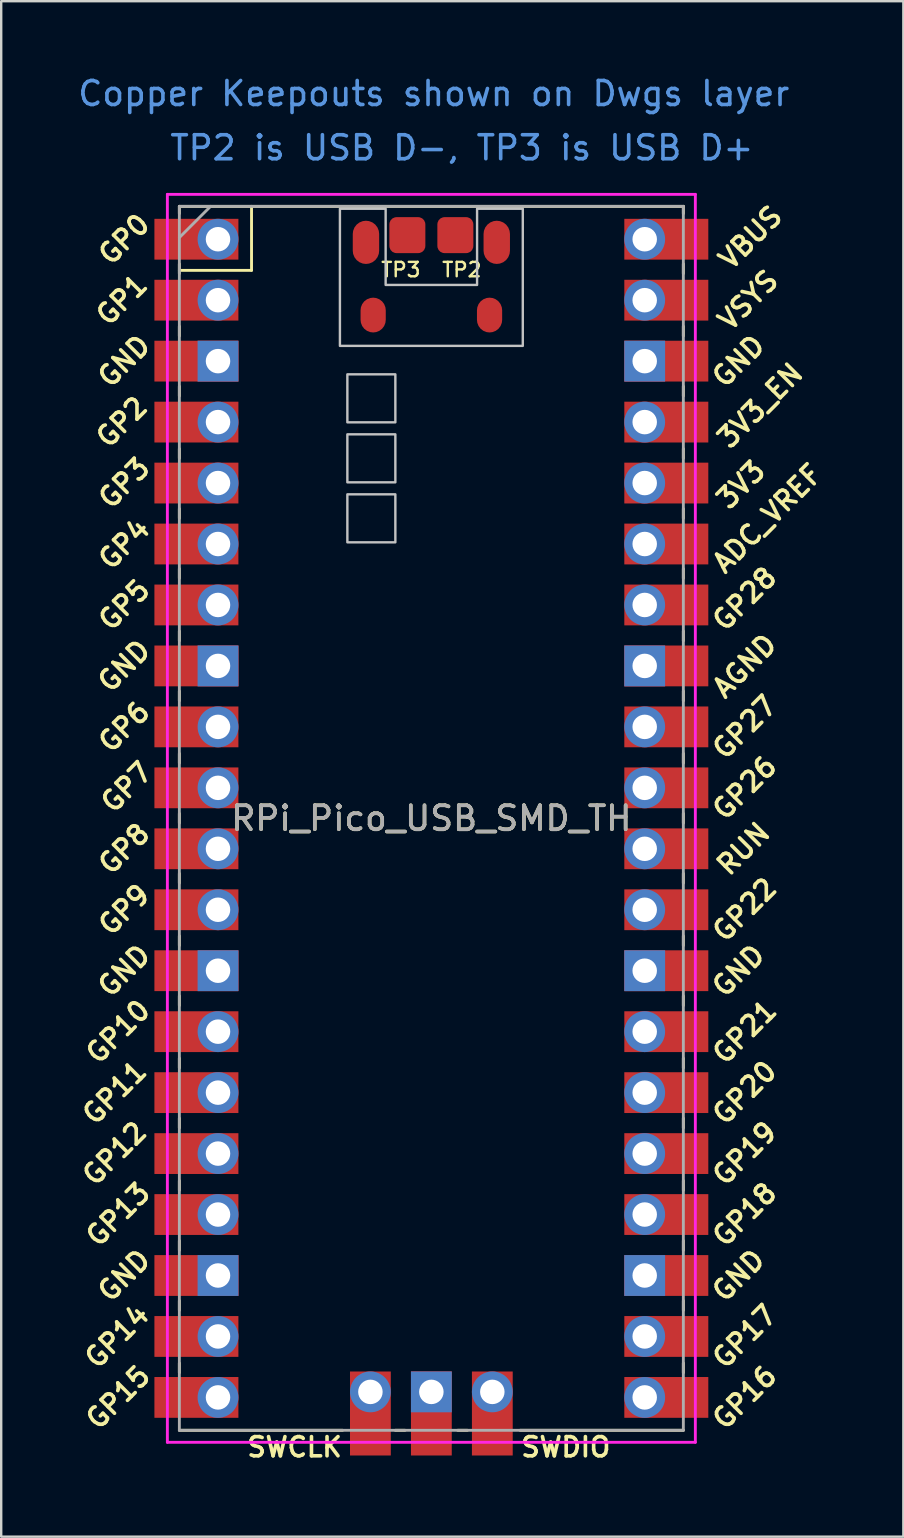
<source format=kicad_pcb>
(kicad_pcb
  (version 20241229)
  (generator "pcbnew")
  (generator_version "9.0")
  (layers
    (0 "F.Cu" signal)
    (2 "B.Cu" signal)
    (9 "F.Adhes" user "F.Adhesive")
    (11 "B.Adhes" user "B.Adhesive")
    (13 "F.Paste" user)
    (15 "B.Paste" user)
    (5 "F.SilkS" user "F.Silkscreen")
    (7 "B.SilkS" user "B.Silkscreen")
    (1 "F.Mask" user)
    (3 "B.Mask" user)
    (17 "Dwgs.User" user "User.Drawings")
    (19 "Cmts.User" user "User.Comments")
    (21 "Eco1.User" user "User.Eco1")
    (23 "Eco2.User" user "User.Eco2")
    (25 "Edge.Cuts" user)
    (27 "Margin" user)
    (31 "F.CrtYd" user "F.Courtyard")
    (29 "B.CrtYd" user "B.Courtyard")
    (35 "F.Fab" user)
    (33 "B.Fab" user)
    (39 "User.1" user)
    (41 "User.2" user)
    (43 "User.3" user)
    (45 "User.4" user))
  (footprint "RPi_Pico_USB_SMD_TH"
    (layer "F.Cu")
    (at 14.924 31.048)
    (property "Reference" "RPi_Pico_USB_SMD_TH" (at 0 0 0) (layer "F.SilkS") (effects (font (size 1 1) (thickness 0.15))))
    (attr through_hole)
    (fp_line (start -10.5 -25.5) (end -10.5 -25.2) (stroke (width 0.12) (type solid)) (layer "F.SilkS"))
    (fp_line (start -10.5 -25.5) (end 10.5 -25.5) (stroke (width 0.12) (type solid)) (layer "F.SilkS"))
    (fp_line (start -10.5 -23.1) (end -10.5 -22.7) (stroke (width 0.12) (type solid)) (layer "F.SilkS"))
    (fp_line (start -10.5 -22.833) (end -7.493 -22.833) (stroke (width 0.12) (type solid)) (layer "F.SilkS"))
    (fp_line (start -10.5 -20.5) (end -10.5 -20.1) (stroke (width 0.12) (type solid)) (layer "F.SilkS"))
    (fp_line (start -10.5 -18) (end -10.5 -17.6) (stroke (width 0.12) (type solid)) (layer "F.SilkS"))
    (fp_line (start -10.5 -15.4) (end -10.5 -15) (stroke (width 0.12) (type solid)) (layer "F.SilkS"))
    (fp_line (start -10.5 -12.9) (end -10.5 -12.5) (stroke (width 0.12) (type solid)) (layer "F.SilkS"))
    (fp_line (start -10.5 -10.4) (end -10.5 -10) (stroke (width 0.12) (type solid)) (layer "F.SilkS"))
    (fp_line (start -10.5 -7.8) (end -10.5 -7.4) (stroke (width 0.12) (type solid)) (layer "F.SilkS"))
    (fp_line (start -10.5 -5.3) (end -10.5 -4.9) (stroke (width 0.12) (type solid)) (layer "F.SilkS"))
    (fp_line (start -10.5 -2.7) (end -10.5 -2.3) (stroke (width 0.12) (type solid)) (layer "F.SilkS"))
    (fp_line (start -10.5 -0.2) (end -10.5 0.2) (stroke (width 0.12) (type solid)) (layer "F.SilkS"))
    (fp_line (start -10.5 2.3) (end -10.5 2.7) (stroke (width 0.12) (type solid)) (layer "F.SilkS"))
    (fp_line (start -10.5 4.9) (end -10.5 5.3) (stroke (width 0.12) (type solid)) (layer "F.SilkS"))
    (fp_line (start -10.5 7.4) (end -10.5 7.8) (stroke (width 0.12) (type solid)) (layer "F.SilkS"))
    (fp_line (start -10.5 10) (end -10.5 10.4) (stroke (width 0.12) (type solid)) (layer "F.SilkS"))
    (fp_line (start -10.5 12.5) (end -10.5 12.9) (stroke (width 0.12) (type solid)) (layer "F.SilkS"))
    (fp_line (start -10.5 15.1) (end -10.5 15.5) (stroke (width 0.12) (type solid)) (layer "F.SilkS"))
    (fp_line (start -10.5 17.6) (end -10.5 18) (stroke (width 0.12) (type solid)) (layer "F.SilkS"))
    (fp_line (start -10.5 20.1) (end -10.5 20.5) (stroke (width 0.12) (type solid)) (layer "F.SilkS"))
    (fp_line (start -10.5 22.7) (end -10.5 23.1) (stroke (width 0.12) (type solid)) (layer "F.SilkS"))
    (fp_line (start -7.493 -22.833) (end -7.493 -25.5) (stroke (width 0.12) (type solid)) (layer "F.SilkS"))
    (fp_line (start -3.7 25.5) (end -10.5 25.5) (stroke (width 0.12) (type solid)) (layer "F.SilkS"))
    (fp_line (start -1.5 25.5) (end -1.1 25.5) (stroke (width 0.12) (type solid)) (layer "F.SilkS"))
    (fp_line (start 1.1 25.5) (end 1.5 25.5) (stroke (width 0.12) (type solid)) (layer "F.SilkS"))
    (fp_line (start 10.5 -25.5) (end 10.5 -25.2) (stroke (width 0.12) (type solid)) (layer "F.SilkS"))
    (fp_line (start 10.5 -23.1) (end 10.5 -22.7) (stroke (width 0.12) (type solid)) (layer "F.SilkS"))
    (fp_line (start 10.5 -20.5) (end 10.5 -20.1) (stroke (width 0.12) (type solid)) (layer "F.SilkS"))
    (fp_line (start 10.5 -18) (end 10.5 -17.6) (stroke (width 0.12) (type solid)) (layer "F.SilkS"))
    (fp_line (start 10.5 -15.4) (end 10.5 -15) (stroke (width 0.12) (type solid)) (layer "F.SilkS"))
    (fp_line (start 10.5 -12.9) (end 10.5 -12.5) (stroke (width 0.12) (type solid)) (layer "F.SilkS"))
    (fp_line (start 10.5 -10.4) (end 10.5 -10) (stroke (width 0.12) (type solid)) (layer "F.SilkS"))
    (fp_line (start 10.5 -7.8) (end 10.5 -7.4) (stroke (width 0.12) (type solid)) (layer "F.SilkS"))
    (fp_line (start 10.5 -5.3) (end 10.5 -4.9) (stroke (width 0.12) (type solid)) (layer "F.SilkS"))
    (fp_line (start 10.5 -2.7) (end 10.5 -2.3) (stroke (width 0.12) (type solid)) (layer "F.SilkS"))
    (fp_line (start 10.5 -0.2) (end 10.5 0.2) (stroke (width 0.12) (type solid)) (layer "F.SilkS"))
    (fp_line (start 10.5 2.3) (end 10.5 2.7) (stroke (width 0.12) (type solid)) (layer "F.SilkS"))
    (fp_line (start 10.5 4.9) (end 10.5 5.3) (stroke (width 0.12) (type solid)) (layer "F.SilkS"))
    (fp_line (start 10.5 7.4) (end 10.5 7.8) (stroke (width 0.12) (type solid)) (layer "F.SilkS"))
    (fp_line (start 10.5 10) (end 10.5 10.4) (stroke (width 0.12) (type solid)) (layer "F.SilkS"))
    (fp_line (start 10.5 12.5) (end 10.5 12.9) (stroke (width 0.12) (type solid)) (layer "F.SilkS"))
    (fp_line (start 10.5 15.1) (end 10.5 15.5) (stroke (width 0.12) (type solid)) (layer "F.SilkS"))
    (fp_line (start 10.5 17.6) (end 10.5 18) (stroke (width 0.12) (type solid)) (layer "F.SilkS"))
    (fp_line (start 10.5 20.1) (end 10.5 20.5) (stroke (width 0.12) (type solid)) (layer "F.SilkS"))
    (fp_line (start 10.5 22.7) (end 10.5 23.1) (stroke (width 0.12) (type solid)) (layer "F.SilkS"))
    (fp_line (start 10.5 25.5) (end 3.7 25.5) (stroke (width 0.12) (type solid)) (layer "F.SilkS"))
    (fp_poly (pts (xy -1.5 -16.5) (xy -3.5 -16.5) (xy -3.5 -18.5) (xy -1.5 -18.5)) (stroke (width 0.1) (type solid)) (fill no) (layer "Dwgs.User"))
    (fp_poly (pts (xy -1.5 -14) (xy -3.5 -14) (xy -3.5 -16) (xy -1.5 -16)) (stroke (width 0.1) (type solid)) (fill no) (layer "Dwgs.User"))
    (fp_poly (pts (xy -1.5 -11.5) (xy -3.5 -11.5) (xy -3.5 -13.5) (xy -1.5 -13.5)) (stroke (width 0.1) (type solid)) (fill no) (layer "Dwgs.User"))
    (fp_poly (pts (xy -1.905 -22.225) (xy 1.905 -22.225) (xy 1.905 -25.4) (xy 3.81 -25.4) (xy 3.81 -19.685) (xy -3.81 -19.685) (xy -3.81 -25.4) (xy -1.905 -25.4)) (stroke (width 0.1) (type solid)) (fill no) (layer "Dwgs.User"))
    (fp_line (start -11 -26) (end 11 -26) (stroke (width 0.12) (type solid)) (layer "F.CrtYd"))
    (fp_line (start -11 26) (end -11 -26) (stroke (width 0.12) (type solid)) (layer "F.CrtYd"))
    (fp_line (start 11 -26) (end 11 26) (stroke (width 0.12) (type solid)) (layer "F.CrtYd"))
    (fp_line (start 11 26) (end -11 26) (stroke (width 0.12) (type solid)) (layer "F.CrtYd"))
    (fp_line (start -10.5 -25.5) (end 10.5 -25.5) (stroke (width 0.12) (type solid)) (layer "F.Fab"))
    (fp_line (start -10.5 -24.2) (end -9.2 -25.5) (stroke (width 0.12) (type solid)) (layer "F.Fab"))
    (fp_line (start -10.5 25.5) (end -10.5 -25.5) (stroke (width 0.12) (type solid)) (layer "F.Fab"))
    (fp_line (start 10.5 -25.5) (end 10.5 25.5) (stroke (width 0.12) (type solid)) (layer "F.Fab"))
    (fp_line (start 10.5 25.5) (end -10.5 25.5) (stroke (width 0.12) (type solid)) (layer "F.Fab"))
    (fp_text user "GP16" (at 13.054 24.13 45) (layer "F.SilkS") (effects (font (size 0.8 0.8) (thickness 0.15))))
    (fp_text user "GND" (at 12.8 19.05 45) (layer "F.SilkS") (effects (font (size 0.8 0.8) (thickness 0.15))))
    (fp_text user "GP17" (at 13.054 21.59 45) (layer "F.SilkS") (effects (font (size 0.8 0.8) (thickness 0.15))))
    (fp_text user "GP7" (at -12.7 -1.3 45) (layer "F.SilkS") (effects (font (size 0.8 0.8) (thickness 0.15))))
    (fp_text user "GP18" (at 13.054 16.51 45) (layer "F.SilkS") (effects (font (size 0.8 0.8) (thickness 0.15))))
    (fp_text user "3V3_EN" (at 13.7 -17.2 45) (layer "F.SilkS") (effects (font (size 0.8 0.8) (thickness 0.15))))
    (fp_text user "3V3" (at 12.9 -13.9 45) (layer "F.SilkS") (effects (font (size 0.8 0.8) (thickness 0.15))))
    (fp_text user "GND" (at -12.8 -19.05 45) (layer "F.SilkS") (effects (font (size 0.8 0.8) (thickness 0.15))))
    (fp_text user "GP22" (at 13.054 3.81 45) (layer "F.SilkS") (effects (font (size 0.8 0.8) (thickness 0.15))))
    (fp_text user "GP5" (at -12.8 -8.89 45) (layer "F.SilkS") (effects (font (size 0.8 0.8) (thickness 0.15))))
    (fp_text user "GP20" (at 13.054 11.43 45) (layer "F.SilkS") (effects (font (size 0.8 0.8) (thickness 0.15))))
    (fp_text user "SWCLK" (at -5.7 26.2 0) (layer "F.SilkS") (effects (font (size 0.8 0.8) (thickness 0.15))))
    (fp_text user "GP4" (at -12.8 -11.43 45) (layer "F.SilkS") (effects (font (size 0.8 0.8) (thickness 0.15))))
    (fp_text user "GP2" (at -12.9 -16.51 45) (layer "F.SilkS") (effects (font (size 0.8 0.8) (thickness 0.15))))
    (fp_text user "RUN" (at 13 1.27 45) (layer "F.SilkS") (effects (font (size 0.8 0.8) (thickness 0.15))))
    (fp_text user "TP2" (at 1.27 -22.86 0) (layer "F.SilkS") (effects (font (size 0.6 0.6) (thickness 0.1))))
    (fp_text user "GP1" (at -12.9 -21.6 45) (layer "F.SilkS") (effects (font (size 0.8 0.8) (thickness 0.15))))
    (fp_text user "GP12" (at -13.2 13.97 45) (layer "F.SilkS") (effects (font (size 0.8 0.8) (thickness 0.15))))
    (fp_text user "GP10" (at -13.054 8.89 45) (layer "F.SilkS") (effects (font (size 0.8 0.8) (thickness 0.15))))
    (fp_text user "GP14" (at -13.1 21.59 45) (layer "F.SilkS") (effects (font (size 0.8 0.8) (thickness 0.15))))
    (fp_text user "GP15" (at -13.054 24.13 45) (layer "F.SilkS") (effects (font (size 0.8 0.8) (thickness 0.15))))
    (fp_text user "GP0" (at -12.8 -24.13 45) (layer "F.SilkS") (effects (font (size 0.8 0.8) (thickness 0.15))))
    (fp_text user "GND" (at -12.8 -6.35 45) (layer "F.SilkS") (effects (font (size 0.8 0.8) (thickness 0.15))))
    (fp_text user "GP27" (at 13.054 -3.8 45) (layer "F.SilkS") (effects (font (size 0.8 0.8) (thickness 0.15))))
    (fp_text user "GP21" (at 13.054 8.9 45) (layer "F.SilkS") (effects (font (size 0.8 0.8) (thickness 0.15))))
    (fp_text user "GP8" (at -12.8 1.27 45) (layer "F.SilkS") (effects (font (size 0.8 0.8) (thickness 0.15))))
    (fp_text user "VSYS" (at 13.2 -21.59 45) (layer "F.SilkS") (effects (font (size 0.8 0.8) (thickness 0.15))))
    (fp_text user "GP6" (at -12.8 -3.81 45) (layer "F.SilkS") (effects (font (size 0.8 0.8) (thickness 0.15))))
    (fp_text user "AGND" (at 13.054 -6.35 45) (layer "F.SilkS") (effects (font (size 0.8 0.8) (thickness 0.15))))
    (fp_text user "GP28" (at 13.054 -9.144 45) (layer "F.SilkS") (effects (font (size 0.8 0.8) (thickness 0.15))))
    (fp_text user "VBUS" (at 13.3 -24.2 45) (layer "F.SilkS") (effects (font (size 0.8 0.8) (thickness 0.15))))
    (fp_text user "GND" (at -12.8 19.05 45) (layer "F.SilkS") (effects (font (size 0.8 0.8) (thickness 0.15))))
    (fp_text user "GP11" (at -13.2 11.43 45) (layer "F.SilkS") (effects (font (size 0.8 0.8) (thickness 0.15))))
    (fp_text user "GP13" (at -13.054 16.51 45) (layer "F.SilkS") (effects (font (size 0.8 0.8) (thickness 0.15))))
    (fp_text user "SWDIO" (at 5.6 26.2 0) (layer "F.SilkS") (effects (font (size 0.8 0.8) (thickness 0.15))))
    (fp_text user "GND" (at 12.8 6.35 45) (layer "F.SilkS") (effects (font (size 0.8 0.8) (thickness 0.15))))
    (fp_text user "TP3" (at -1.27 -22.86 0) (layer "F.SilkS") (effects (font (size 0.6 0.6) (thickness 0.1))))
    (fp_text user "GP9" (at -12.8 3.81 45) (layer "F.SilkS") (effects (font (size 0.8 0.8) (thickness 0.15))))
    (fp_text user "ADC_VREF" (at 14 -12.5 45) (layer "F.SilkS") (effects (font (size 0.8 0.8) (thickness 0.15))))
    (fp_text user "GP3" (at -12.8 -13.97 45) (layer "F.SilkS") (effects (font (size 0.8 0.8) (thickness 0.15))))
    (fp_text user "GND" (at 12.8 -19.05 45) (layer "F.SilkS") (effects (font (size 0.8 0.8) (thickness 0.15))))
    (fp_text user "GP26" (at 13.054 -1.27 45) (layer "F.SilkS") (effects (font (size 0.8 0.8) (thickness 0.15))))
    (fp_text user "GND" (at -12.8 6.35 45) (layer "F.SilkS") (effects (font (size 0.8 0.8) (thickness 0.15))))
    (fp_text user "GP19" (at 13.054 13.97 45) (layer "F.SilkS") (effects (font (size 0.8 0.8) (thickness 0.15))))
    (fp_text user "Copper Keepouts shown on Dwgs layer" (at 0.1 -30.2 0) (layer "Cmts.User") (effects (font (size 1 1) (thickness 0.15))))
    (fp_text user "TP2 is USB D-, TP3 is USB D+" (at 1.27 -27.94 0) (layer "Cmts.User") (effects (font (size 1 1) (thickness 0.15))))
    (fp_text user "${REFERENCE}" (at 0 0 180) (layer "F.Fab") (effects (font (size 1 1) (thickness 0.15))))
    (pad "" smd roundrect (at -2.725 -24) (size 1.1 1.8) (layers "F.Cu" "F.Mask" "F.Paste") (roundrect_rratio 0.5))
    (pad "" smd roundrect (at -2.425 -20.97) (size 1.05 1.45) (layers "F.Cu" "F.Mask" "F.Paste") (roundrect_rratio 0.5))
    (pad "" smd roundrect (at 2.425 -20.97) (size 1.05 1.45) (layers "F.Cu" "F.Mask" "F.Paste") (roundrect_rratio 0.5))
    (pad "" smd roundrect (at 2.725 -24) (size 1.1 1.8) (layers "F.Cu" "F.Mask" "F.Paste") (roundrect_rratio 0.5))
    (pad "1" thru_hole oval (at -8.89 -24.13) (size 1.7 1.7) (drill 1.02) (layers "*.Cu" "*.Mask"))
    (pad "1" smd rect (at -8.89 -24.13) (size 3.5 1.7) (drill (offset -0.9 0)) (layers "F.Cu" "F.Mask"))
    (pad "2" thru_hole oval (at -8.89 -21.59) (size 1.7 1.7) (drill 1.02) (layers "*.Cu" "*.Mask"))
    (pad "2" smd rect (at -8.89 -21.59) (size 3.5 1.7) (drill (offset -0.9 0)) (layers "F.Cu" "F.Mask"))
    (pad "3" thru_hole rect (at -8.89 -19.05) (size 1.7 1.7) (drill 1.02) (layers "*.Cu" "*.Mask"))
    (pad "3" smd rect (at -8.89 -19.05) (size 3.5 1.7) (drill (offset -0.9 0)) (layers "F.Cu" "F.Mask"))
    (pad "4" thru_hole oval (at -8.89 -16.51) (size 1.7 1.7) (drill 1.02) (layers "*.Cu" "*.Mask"))
    (pad "4" smd rect (at -8.89 -16.51) (size 3.5 1.7) (drill (offset -0.9 0)) (layers "F.Cu" "F.Mask"))
    (pad "5" thru_hole oval (at -8.89 -13.97) (size 1.7 1.7) (drill 1.02) (layers "*.Cu" "*.Mask"))
    (pad "5" smd rect (at -8.89 -13.97) (size 3.5 1.7) (drill (offset -0.9 0)) (layers "F.Cu" "F.Mask"))
    (pad "6" thru_hole oval (at -8.89 -11.43) (size 1.7 1.7) (drill 1.02) (layers "*.Cu" "*.Mask"))
    (pad "6" smd rect (at -8.89 -11.43) (size 3.5 1.7) (drill (offset -0.9 0)) (layers "F.Cu" "F.Mask"))
    (pad "7" thru_hole oval (at -8.89 -8.89) (size 1.7 1.7) (drill 1.02) (layers "*.Cu" "*.Mask"))
    (pad "7" smd rect (at -8.89 -8.89) (size 3.5 1.7) (drill (offset -0.9 0)) (layers "F.Cu" "F.Mask"))
    (pad "8" thru_hole rect (at -8.89 -6.35) (size 1.7 1.7) (drill 1.02) (layers "*.Cu" "*.Mask"))
    (pad "8" smd rect (at -8.89 -6.35) (size 3.5 1.7) (drill (offset -0.9 0)) (layers "F.Cu" "F.Mask"))
    (pad "9" thru_hole oval (at -8.89 -3.81) (size 1.7 1.7) (drill 1.02) (layers "*.Cu" "*.Mask"))
    (pad "9" smd rect (at -8.89 -3.81) (size 3.5 1.7) (drill (offset -0.9 0)) (layers "F.Cu" "F.Mask"))
    (pad "10" thru_hole oval (at -8.89 -1.27) (size 1.7 1.7) (drill 1.02) (layers "*.Cu" "*.Mask"))
    (pad "10" smd rect (at -8.89 -1.27) (size 3.5 1.7) (drill (offset -0.9 0)) (layers "F.Cu" "F.Mask"))
    (pad "11" thru_hole oval (at -8.89 1.27) (size 1.7 1.7) (drill 1.02) (layers "*.Cu" "*.Mask"))
    (pad "11" smd rect (at -8.89 1.27) (size 3.5 1.7) (drill (offset -0.9 0)) (layers "F.Cu" "F.Mask"))
    (pad "12" thru_hole oval (at -8.89 3.81) (size 1.7 1.7) (drill 1.02) (layers "*.Cu" "*.Mask"))
    (pad "12" smd rect (at -8.89 3.81) (size 3.5 1.7) (drill (offset -0.9 0)) (layers "F.Cu" "F.Mask"))
    (pad "13" thru_hole rect (at -8.89 6.35) (size 1.7 1.7) (drill 1.02) (layers "*.Cu" "*.Mask"))
    (pad "13" smd rect (at -8.89 6.35) (size 3.5 1.7) (drill (offset -0.9 0)) (layers "F.Cu" "F.Mask"))
    (pad "14" thru_hole oval (at -8.89 8.89) (size 1.7 1.7) (drill 1.02) (layers "*.Cu" "*.Mask"))
    (pad "14" smd rect (at -8.89 8.89) (size 3.5 1.7) (drill (offset -0.9 0)) (layers "F.Cu" "F.Mask"))
    (pad "15" thru_hole oval (at -8.89 11.43) (size 1.7 1.7) (drill 1.02) (layers "*.Cu" "*.Mask"))
    (pad "15" smd rect (at -8.89 11.43) (size 3.5 1.7) (drill (offset -0.9 0)) (layers "F.Cu" "F.Mask"))
    (pad "16" thru_hole oval (at -8.89 13.97) (size 1.7 1.7) (drill 1.02) (layers "*.Cu" "*.Mask"))
    (pad "16" smd rect (at -8.89 13.97) (size 3.5 1.7) (drill (offset -0.9 0)) (layers "F.Cu" "F.Mask"))
    (pad "17" thru_hole oval (at -8.89 16.51) (size 1.7 1.7) (drill 1.02) (layers "*.Cu" "*.Mask"))
    (pad "17" smd rect (at -8.89 16.51) (size 3.5 1.7) (drill (offset -0.9 0)) (layers "F.Cu" "F.Mask"))
    (pad "18" thru_hole rect (at -8.89 19.05) (size 1.7 1.7) (drill 1.02) (layers "*.Cu" "*.Mask"))
    (pad "18" smd rect (at -8.89 19.05) (size 3.5 1.7) (drill (offset -0.9 0)) (layers "F.Cu" "F.Mask"))
    (pad "19" thru_hole oval (at -8.89 21.59) (size 1.7 1.7) (drill 1.02) (layers "*.Cu" "*.Mask"))
    (pad "19" smd rect (at -8.89 21.59) (size 3.5 1.7) (drill (offset -0.9 0)) (layers "F.Cu" "F.Mask"))
    (pad "20" thru_hole oval (at -8.89 24.13) (size 1.7 1.7) (drill 1.02) (layers "*.Cu" "*.Mask"))
    (pad "20" smd rect (at -8.89 24.13) (size 3.5 1.7) (drill (offset -0.9 0)) (layers "F.Cu" "F.Mask"))
    (pad "21" thru_hole oval (at 8.89 24.13) (size 1.7 1.7) (drill 1.02) (layers "*.Cu" "*.Mask"))
    (pad "21" smd rect (at 8.89 24.13) (size 3.5 1.7) (drill (offset 0.9 0)) (layers "F.Cu" "F.Mask"))
    (pad "22" thru_hole oval (at 8.89 21.59) (size 1.7 1.7) (drill 1.02) (layers "*.Cu" "*.Mask"))
    (pad "22" smd rect (at 8.89 21.59) (size 3.5 1.7) (drill (offset 0.9 0)) (layers "F.Cu" "F.Mask"))
    (pad "23" thru_hole rect (at 8.89 19.05) (size 1.7 1.7) (drill 1.02) (layers "*.Cu" "*.Mask"))
    (pad "23" smd rect (at 8.89 19.05) (size 3.5 1.7) (drill (offset 0.9 0)) (layers "F.Cu" "F.Mask"))
    (pad "24" thru_hole oval (at 8.89 16.51) (size 1.7 1.7) (drill 1.02) (layers "*.Cu" "*.Mask"))
    (pad "24" smd rect (at 8.89 16.51) (size 3.5 1.7) (drill (offset 0.9 0)) (layers "F.Cu" "F.Mask"))
    (pad "25" thru_hole oval (at 8.89 13.97) (size 1.7 1.7) (drill 1.02) (layers "*.Cu" "*.Mask"))
    (pad "25" smd rect (at 8.89 13.97) (size 3.5 1.7) (drill (offset 0.9 0)) (layers "F.Cu" "F.Mask"))
    (pad "26" thru_hole oval (at 8.89 11.43) (size 1.7 1.7) (drill 1.02) (layers "*.Cu" "*.Mask"))
    (pad "26" smd rect (at 8.89 11.43) (size 3.5 1.7) (drill (offset 0.9 0)) (layers "F.Cu" "F.Mask"))
    (pad "27" thru_hole oval (at 8.89 8.89) (size 1.7 1.7) (drill 1.02) (layers "*.Cu" "*.Mask"))
    (pad "27" smd rect (at 8.89 8.89) (size 3.5 1.7) (drill (offset 0.9 0)) (layers "F.Cu" "F.Mask"))
    (pad "28" thru_hole rect (at 8.89 6.35) (size 1.7 1.7) (drill 1.02) (layers "*.Cu" "*.Mask"))
    (pad "28" smd rect (at 8.89 6.35) (size 3.5 1.7) (drill (offset 0.9 0)) (layers "F.Cu" "F.Mask"))
    (pad "29" thru_hole oval (at 8.89 3.81) (size 1.7 1.7) (drill 1.02) (layers "*.Cu" "*.Mask"))
    (pad "29" smd rect (at 8.89 3.81) (size 3.5 1.7) (drill (offset 0.9 0)) (layers "F.Cu" "F.Mask"))
    (pad "30" thru_hole oval (at 8.89 1.27) (size 1.7 1.7) (drill 1.02) (layers "*.Cu" "*.Mask"))
    (pad "30" smd rect (at 8.89 1.27) (size 3.5 1.7) (drill (offset 0.9 0)) (layers "F.Cu" "F.Mask"))
    (pad "31" thru_hole oval (at 8.89 -1.27) (size 1.7 1.7) (drill 1.02) (layers "*.Cu" "*.Mask"))
    (pad "31" smd rect (at 8.89 -1.27) (size 3.5 1.7) (drill (offset 0.9 0)) (layers "F.Cu" "F.Mask"))
    (pad "32" thru_hole oval (at 8.89 -3.81) (size 1.7 1.7) (drill 1.02) (layers "*.Cu" "*.Mask"))
    (pad "32" smd rect (at 8.89 -3.81) (size 3.5 1.7) (drill (offset 0.9 0)) (layers "F.Cu" "F.Mask"))
    (pad "33" thru_hole rect (at 8.89 -6.35) (size 1.7 1.7) (drill 1.02) (layers "*.Cu" "*.Mask"))
    (pad "33" smd rect (at 8.89 -6.35) (size 3.5 1.7) (drill (offset 0.9 0)) (layers "F.Cu" "F.Mask"))
    (pad "34" thru_hole oval (at 8.89 -8.89) (size 1.7 1.7) (drill 1.02) (layers "*.Cu" "*.Mask"))
    (pad "34" smd rect (at 8.89 -8.89) (size 3.5 1.7) (drill (offset 0.9 0)) (layers "F.Cu" "F.Mask"))
    (pad "35" thru_hole oval (at 8.89 -11.43) (size 1.7 1.7) (drill 1.02) (layers "*.Cu" "*.Mask"))
    (pad "35" smd rect (at 8.89 -11.43) (size 3.5 1.7) (drill (offset 0.9 0)) (layers "F.Cu" "F.Mask"))
    (pad "36" thru_hole oval (at 8.89 -13.97) (size 1.7 1.7) (drill 1.02) (layers "*.Cu" "*.Mask"))
    (pad "36" smd rect (at 8.89 -13.97) (size 3.5 1.7) (drill (offset 0.9 0)) (layers "F.Cu" "F.Mask"))
    (pad "37" thru_hole oval (at 8.89 -16.51) (size 1.7 1.7) (drill 1.02) (layers "*.Cu" "*.Mask"))
    (pad "37" smd rect (at 8.89 -16.51) (size 3.5 1.7) (drill (offset 0.9 0)) (layers "F.Cu" "F.Mask"))
    (pad "38" thru_hole rect (at 8.89 -19.05) (size 1.7 1.7) (drill 1.02) (layers "*.Cu" "*.Mask"))
    (pad "38" smd rect (at 8.89 -19.05) (size 3.5 1.7) (drill (offset 0.9 0)) (layers "F.Cu" "F.Mask"))
    (pad "39" thru_hole oval (at 8.89 -21.59) (size 1.7 1.7) (drill 1.02) (layers "*.Cu" "*.Mask"))
    (pad "39" smd rect (at 8.89 -21.59) (size 3.5 1.7) (drill (offset 0.9 0)) (layers "F.Cu" "F.Mask"))
    (pad "40" thru_hole oval (at 8.89 -24.13) (size 1.7 1.7) (drill 1.02) (layers "*.Cu" "*.Mask"))
    (pad "40" smd rect (at 8.89 -24.13) (size 3.5 1.7) (drill (offset 0.9 0)) (layers "F.Cu" "F.Mask"))
    (pad "41" thru_hole oval (at -2.54 23.9) (size 1.7 1.7) (drill 1.02) (layers "*.Cu" "*.Mask"))
    (pad "41" smd rect (at -2.54 23.9 90) (size 3.5 1.7) (drill (offset -0.9 0)) (layers "F.Cu" "F.Mask"))
    (pad "42" thru_hole rect (at 0 23.9) (size 1.7 1.7) (drill 1.02) (layers "*.Cu" "*.Mask"))
    (pad "42" smd rect (at 0 23.9 90) (size 3.5 1.7) (drill (offset -0.9 0)) (layers "F.Cu" "F.Mask"))
    (pad "43" thru_hole oval (at 2.54 23.9) (size 1.7 1.7) (drill 1.02) (layers "*.Cu" "*.Mask"))
    (pad "43" smd rect (at 2.54 23.9 90) (size 3.5 1.7) (drill (offset -0.9 0)) (layers "F.Cu" "F.Mask"))
    (pad "44" smd roundrect (at -1 -24.3) (size 1.5 1.5) (layers "F.Cu" "F.Mask" "F.Paste") (roundrect_rratio 0.2))
    (pad "45" smd roundrect (at 1 -24.3) (size 1.5 1.5) (layers "F.Cu" "F.Mask" "F.Paste") (roundrect_rratio 0.2)))
  (gr_rect
    (start -3 -3)
    (end 34.591 60.98)
    (stroke (width 0.1) (type default))
    (fill no)
    (layer "Edge.Cuts")))
</source>
